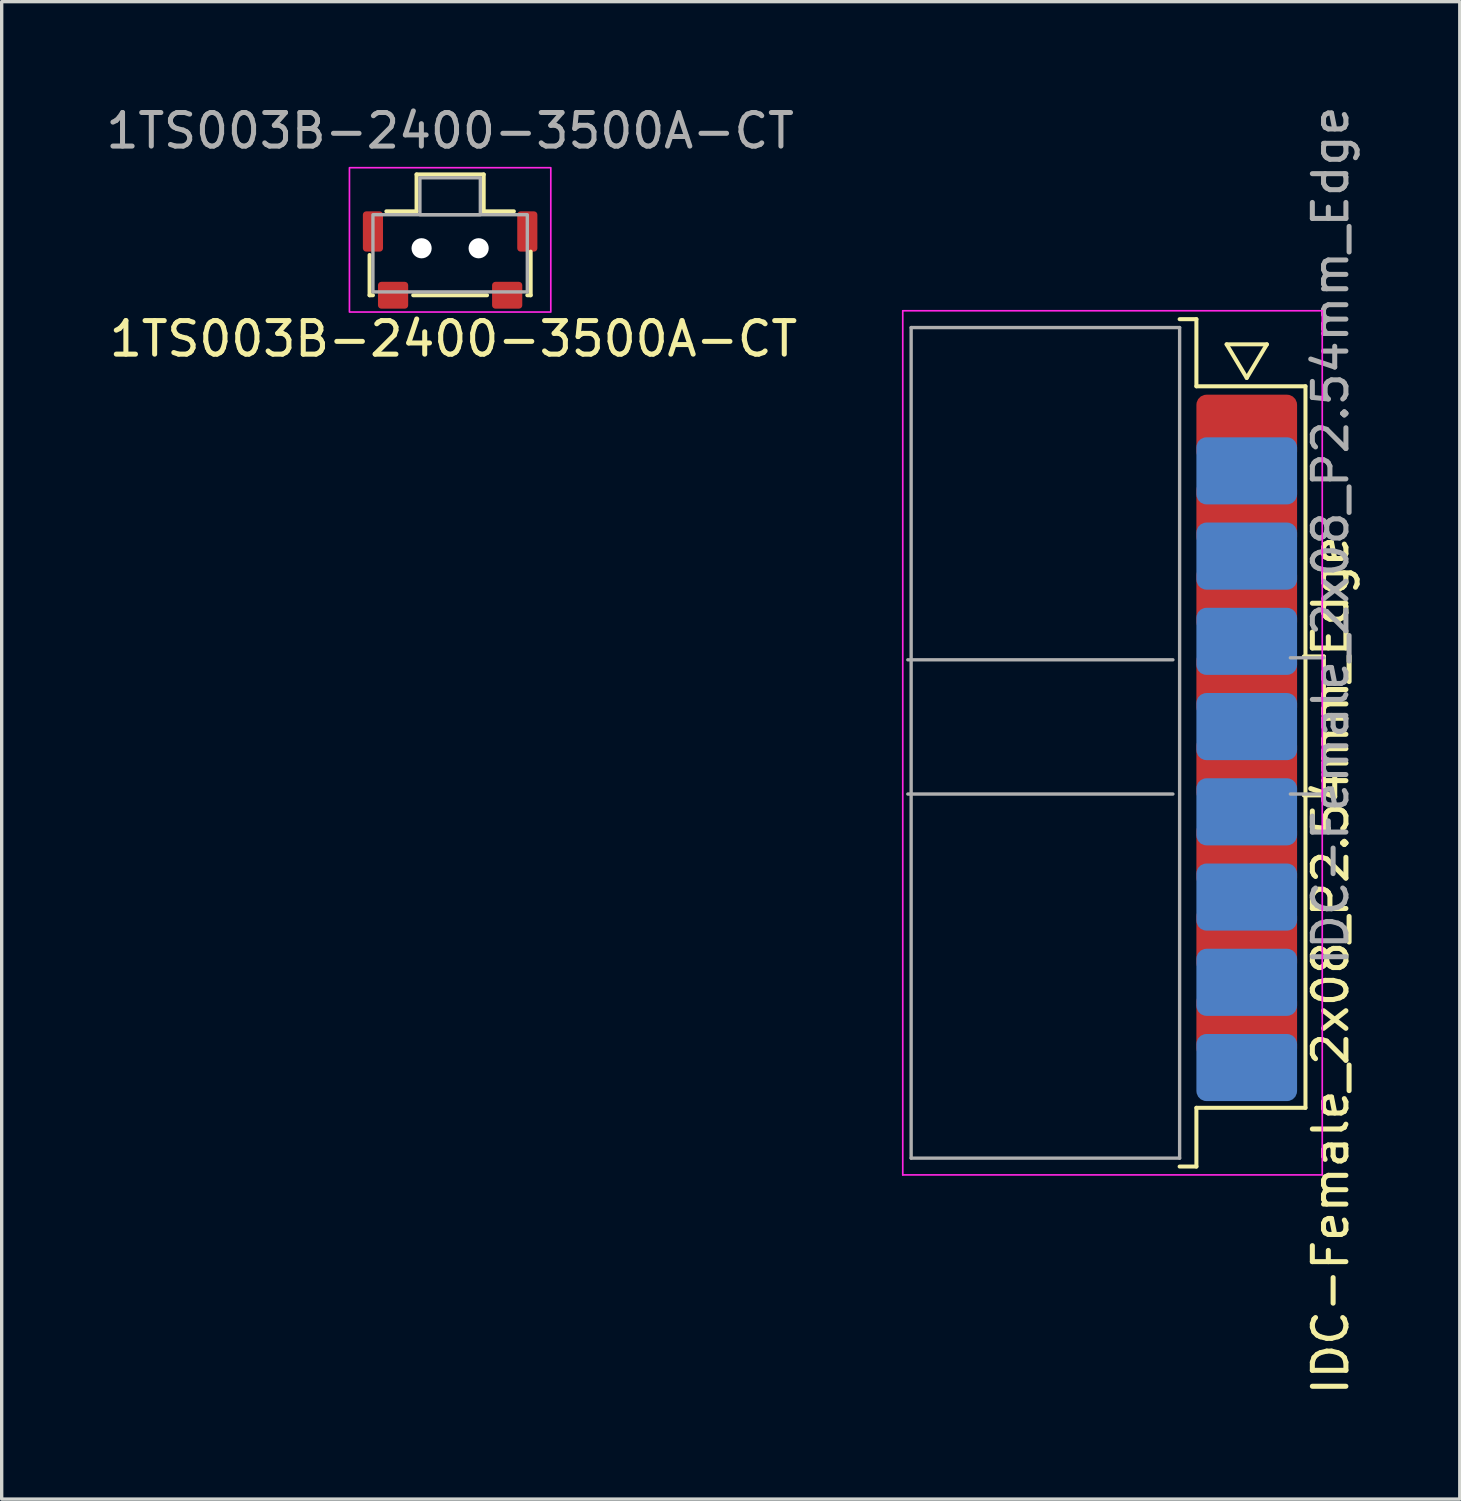
<source format=kicad_pcb>
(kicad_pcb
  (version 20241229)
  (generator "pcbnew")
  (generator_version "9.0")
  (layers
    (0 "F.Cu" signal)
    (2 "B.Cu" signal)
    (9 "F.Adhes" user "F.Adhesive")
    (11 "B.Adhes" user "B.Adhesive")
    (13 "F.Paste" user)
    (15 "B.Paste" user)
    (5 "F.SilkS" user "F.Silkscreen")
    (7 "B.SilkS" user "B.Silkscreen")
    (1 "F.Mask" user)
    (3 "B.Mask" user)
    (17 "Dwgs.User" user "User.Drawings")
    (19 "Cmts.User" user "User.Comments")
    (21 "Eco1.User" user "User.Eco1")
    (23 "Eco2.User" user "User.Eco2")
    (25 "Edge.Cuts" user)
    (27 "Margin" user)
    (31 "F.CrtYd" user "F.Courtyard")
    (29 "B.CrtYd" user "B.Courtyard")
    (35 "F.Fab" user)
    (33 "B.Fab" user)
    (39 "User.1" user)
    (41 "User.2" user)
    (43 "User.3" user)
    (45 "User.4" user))
  (footprint "IDC-Female_2x08_P2.54mm_Edge"
    (layer "F.Cu")
    (at 34.101 9.711)
    (property "Reference" "IDC-Female_2x08_P2.54mm_Edge" (at 2.5 16 90) (layer "F.SilkS") (effects (font (size 1 1) (thickness 0.15))))
    (attr through_hole)
    (fp_line (start -1.5 -3.25) (end -2 -3.25) (stroke (width 0.12) (type solid)) (layer "F.SilkS"))
    (fp_line (start -1.5 -3.25) (end -1.5 -1.25) (stroke (width 0.12) (type solid)) (layer "F.SilkS"))
    (fp_line (start -1.5 22) (end -2 22) (stroke (width 0.12) (type solid)) (layer "F.SilkS"))
    (fp_line (start -1.5 22) (end -1.5 20.25) (stroke (width 0.12) (type solid)) (layer "F.SilkS"))
    (fp_line (start -0.6 -2.5) (end 0.6 -2.5) (stroke (width 0.12) (type solid)) (layer "F.SilkS"))
    (fp_line (start 0 -1.5) (end -0.6 -2.5) (stroke (width 0.12) (type solid)) (layer "F.SilkS"))
    (fp_line (start 0.6 -2.5) (end 0 -1.5) (stroke (width 0.12) (type solid)) (layer "F.SilkS"))
    (fp_line (start 1.7 6.8) (end 2.3 6.8) (stroke (width 0.12) (type solid)) (layer "F.SilkS"))
    (fp_line (start 1.75 -1.25) (end -1.5 -1.25) (stroke (width 0.12) (type solid)) (layer "F.SilkS"))
    (fp_line (start 1.75 -1.25) (end 1.75 20.25) (stroke (width 0.12) (type solid)) (layer "F.SilkS"))
    (fp_line (start 1.75 20.25) (end -1.5 20.25) (stroke (width 0.12) (type solid)) (layer "F.SilkS"))
    (fp_line (start 2.3 6.8) (end 2.3 10.94) (stroke (width 0.12) (type solid)) (layer "F.SilkS"))
    (fp_line (start 2.3 10.94) (end 1.7 10.94) (stroke (width 0.12) (type solid)) (layer "F.SilkS"))
    (fp_line (start -10.25 -3.5) (end -10.25 22.25) (stroke (width 0.05) (type solid)) (layer "F.CrtYd"))
    (fp_line (start -10.25 22.25) (end 2.25 22.25) (stroke (width 0.05) (type solid)) (layer "F.CrtYd"))
    (fp_line (start 2.25 -3.5) (end -10.25 -3.5) (stroke (width 0.05) (type solid)) (layer "F.CrtYd"))
    (fp_line (start 2.25 22.25) (end 2.25 -3.5) (stroke (width 0.05) (type solid)) (layer "F.CrtYd"))
    (fp_line (start -10 -3) (end -10 21.75) (stroke (width 0.1) (type solid)) (layer "F.Fab"))
    (fp_line (start -2.2 6.9) (end -10.1 6.9) (stroke (width 0.1) (type solid)) (layer "F.Fab"))
    (fp_line (start -2.2 10.9) (end -10.1 10.9) (stroke (width 0.1) (type solid)) (layer "F.Fab"))
    (fp_line (start -2 -3) (end -10 -3) (stroke (width 0.1) (type solid)) (layer "F.Fab"))
    (fp_line (start -2 -3) (end -2 21.75) (stroke (width 0.1) (type solid)) (layer "F.Fab"))
    (fp_line (start -2 21.75) (end -10 21.75) (stroke (width 0.1) (type solid)) (layer "F.Fab"))
    (fp_line (start 1.3 6.84) (end 2.3 6.84) (stroke (width 0.1) (type solid)) (layer "F.Fab"))
    (fp_line (start 2.3 10.9) (end 1.3 10.9) (stroke (width 0.1) (type solid)) (layer "F.Fab"))
    (fp_text user "${REFERENCE}" (at 2.5 3.2 90) (layer "F.Fab") (effects (font (size 1 1) (thickness 0.15))))
    (pad "1" connect roundrect (at 0 0) (size 3 2) (layers "F.Cu" "F.Mask") (roundrect_rratio 0.15))
    (pad "2" connect roundrect (at 0 1.27) (size 3 2) (layers "B.Cu" "B.Mask") (roundrect_rratio 0.15))
    (pad "3" connect roundrect (at 0 2.54) (size 3 2) (layers "F.Cu" "F.Mask") (roundrect_rratio 0.15))
    (pad "4" connect roundrect (at 0 3.81) (size 3 2) (layers "B.Cu" "B.Mask") (roundrect_rratio 0.15))
    (pad "5" connect roundrect (at 0 5.08) (size 3 2) (layers "F.Cu" "F.Mask") (roundrect_rratio 0.15))
    (pad "6" connect roundrect (at 0 6.35) (size 3 2) (layers "B.Cu" "B.Mask") (roundrect_rratio 0.15))
    (pad "7" connect roundrect (at 0 7.62) (size 3 2) (layers "F.Cu" "F.Mask") (roundrect_rratio 0.15))
    (pad "8" connect roundrect (at 0 8.89) (size 3 2) (layers "B.Cu" "B.Mask") (roundrect_rratio 0.15))
    (pad "9" connect roundrect (at 0 10.16) (size 3 2) (layers "F.Cu" "F.Mask") (roundrect_rratio 0.15))
    (pad "10" connect roundrect (at 0 11.43) (size 3 2) (layers "B.Cu" "B.Mask") (roundrect_rratio 0.15))
    (pad "11" connect roundrect (at 0 12.7) (size 3 2) (layers "F.Cu" "F.Mask") (roundrect_rratio 0.15))
    (pad "12" connect roundrect (at 0 13.97) (size 3 2) (layers "B.Cu" "B.Mask") (roundrect_rratio 0.15))
    (pad "13" connect roundrect (at 0 15.24) (size 3 2) (layers "F.Cu" "F.Mask") (roundrect_rratio 0.15))
    (pad "14" connect roundrect (at 0 16.51) (size 3 2) (layers "B.Cu" "B.Mask") (roundrect_rratio 0.15))
    (pad "15" connect roundrect (at 0 17.78) (size 3 2) (layers "F.Cu" "F.Mask") (roundrect_rratio 0.15))
    (pad "16" connect roundrect (at 0 19.05) (size 3 2) (layers "B.Cu" "B.Mask") (roundrect_rratio 0.15)))
  (footprint "1TS003B-2400-3500A-CT"
    (layer "F.Cu")
    (at 10.363 4.348)
    (property "Reference" "1TS003B-2400-3500A-CT" (at 0.1 2.7 0) (unlocked yes) (layer "F.SilkS") (effects (font (size 1 1) (thickness 0.15))))
    (attr smd)
    (fp_line (start -2.4 1.4) (end -2.4 0.2) (stroke (width 0.12) (type solid)) (layer "F.SilkS"))
    (fp_line (start -2.4 1.4) (end -2.3 1.4) (stroke (width 0.12) (type solid)) (layer "F.SilkS"))
    (fp_line (start -1.9 -1.1) (end -1 -1.1) (stroke (width 0.12) (type solid)) (layer "F.SilkS"))
    (fp_line (start -1.1 1.4) (end 1.1 1.4) (stroke (width 0.12) (type solid)) (layer "F.SilkS"))
    (fp_line (start -1 -2.2) (end 1 -2.2) (stroke (width 0.12) (type solid)) (layer "F.SilkS"))
    (fp_line (start -1 -1.1) (end -1 -2.2) (stroke (width 0.12) (type solid)) (layer "F.SilkS"))
    (fp_line (start 1 -2.2) (end 1 -1.1) (stroke (width 0.12) (type solid)) (layer "F.SilkS"))
    (fp_line (start 1 -1.1) (end 1.9 -1.1) (stroke (width 0.12) (type solid)) (layer "F.SilkS"))
    (fp_line (start 2.4 1.4) (end 2.3 1.4) (stroke (width 0.12) (type solid)) (layer "F.SilkS"))
    (fp_line (start 2.4 1.4) (end 2.4 0.1) (stroke (width 0.12) (type solid)) (layer "F.SilkS"))
    (fp_rect (start -3 -2.4) (end 3 1.9) (stroke (width 0.05) (type solid)) (fill no) (layer "F.CrtYd"))
    (fp_rect (start -2.3 -1) (end 2.3 1.3) (stroke (width 0.1) (type solid)) (fill no) (layer "F.Fab"))
    (fp_rect (start -0.9 -2.1) (end 0.9 -1) (stroke (width 0.1) (type solid)) (fill no) (layer "F.Fab"))
    (fp_text user "${REFERENCE}" (at 0 -3.5 0) (unlocked yes) (layer "F.Fab") (effects (font (size 1 1) (thickness 0.15))))
    (pad "" np_thru_hole circle (at -0.85 0) (size 0.6 0.6) (drill 0.7) (layers "*.Cu" "*.Mask"))
    (pad "" np_thru_hole circle (at 0.85 0) (size 0.6 0.6) (drill 0.7) (layers "*.Cu" "*.Mask"))
    (pad "1" smd roundrect (at -1.7 1.4) (size 0.9 0.8) (layers "F.Cu" "F.Mask" "F.Paste") (roundrect_rratio 0.125))
    (pad "2" smd roundrect (at 1.7 1.4) (size 0.9 0.8) (layers "F.Cu" "F.Mask" "F.Paste") (roundrect_rratio 0.125))
    (pad "3" smd roundrect (at 2.3 -0.5) (size 0.6 1.2) (layers "F.Cu" "F.Mask" "F.Paste") (roundrect_rratio 0.167))
    (pad "4" smd roundrect (at -2.3 -0.5) (size 0.6 1.2) (layers "F.Cu" "F.Mask" "F.Paste") (roundrect_rratio 0.167)))
  (gr_rect
    (start -3 -3)
    (end 40.449 41.621)
    (stroke (width 0.1) (type default))
    (fill no)
    (layer "Edge.Cuts")))
</source>
